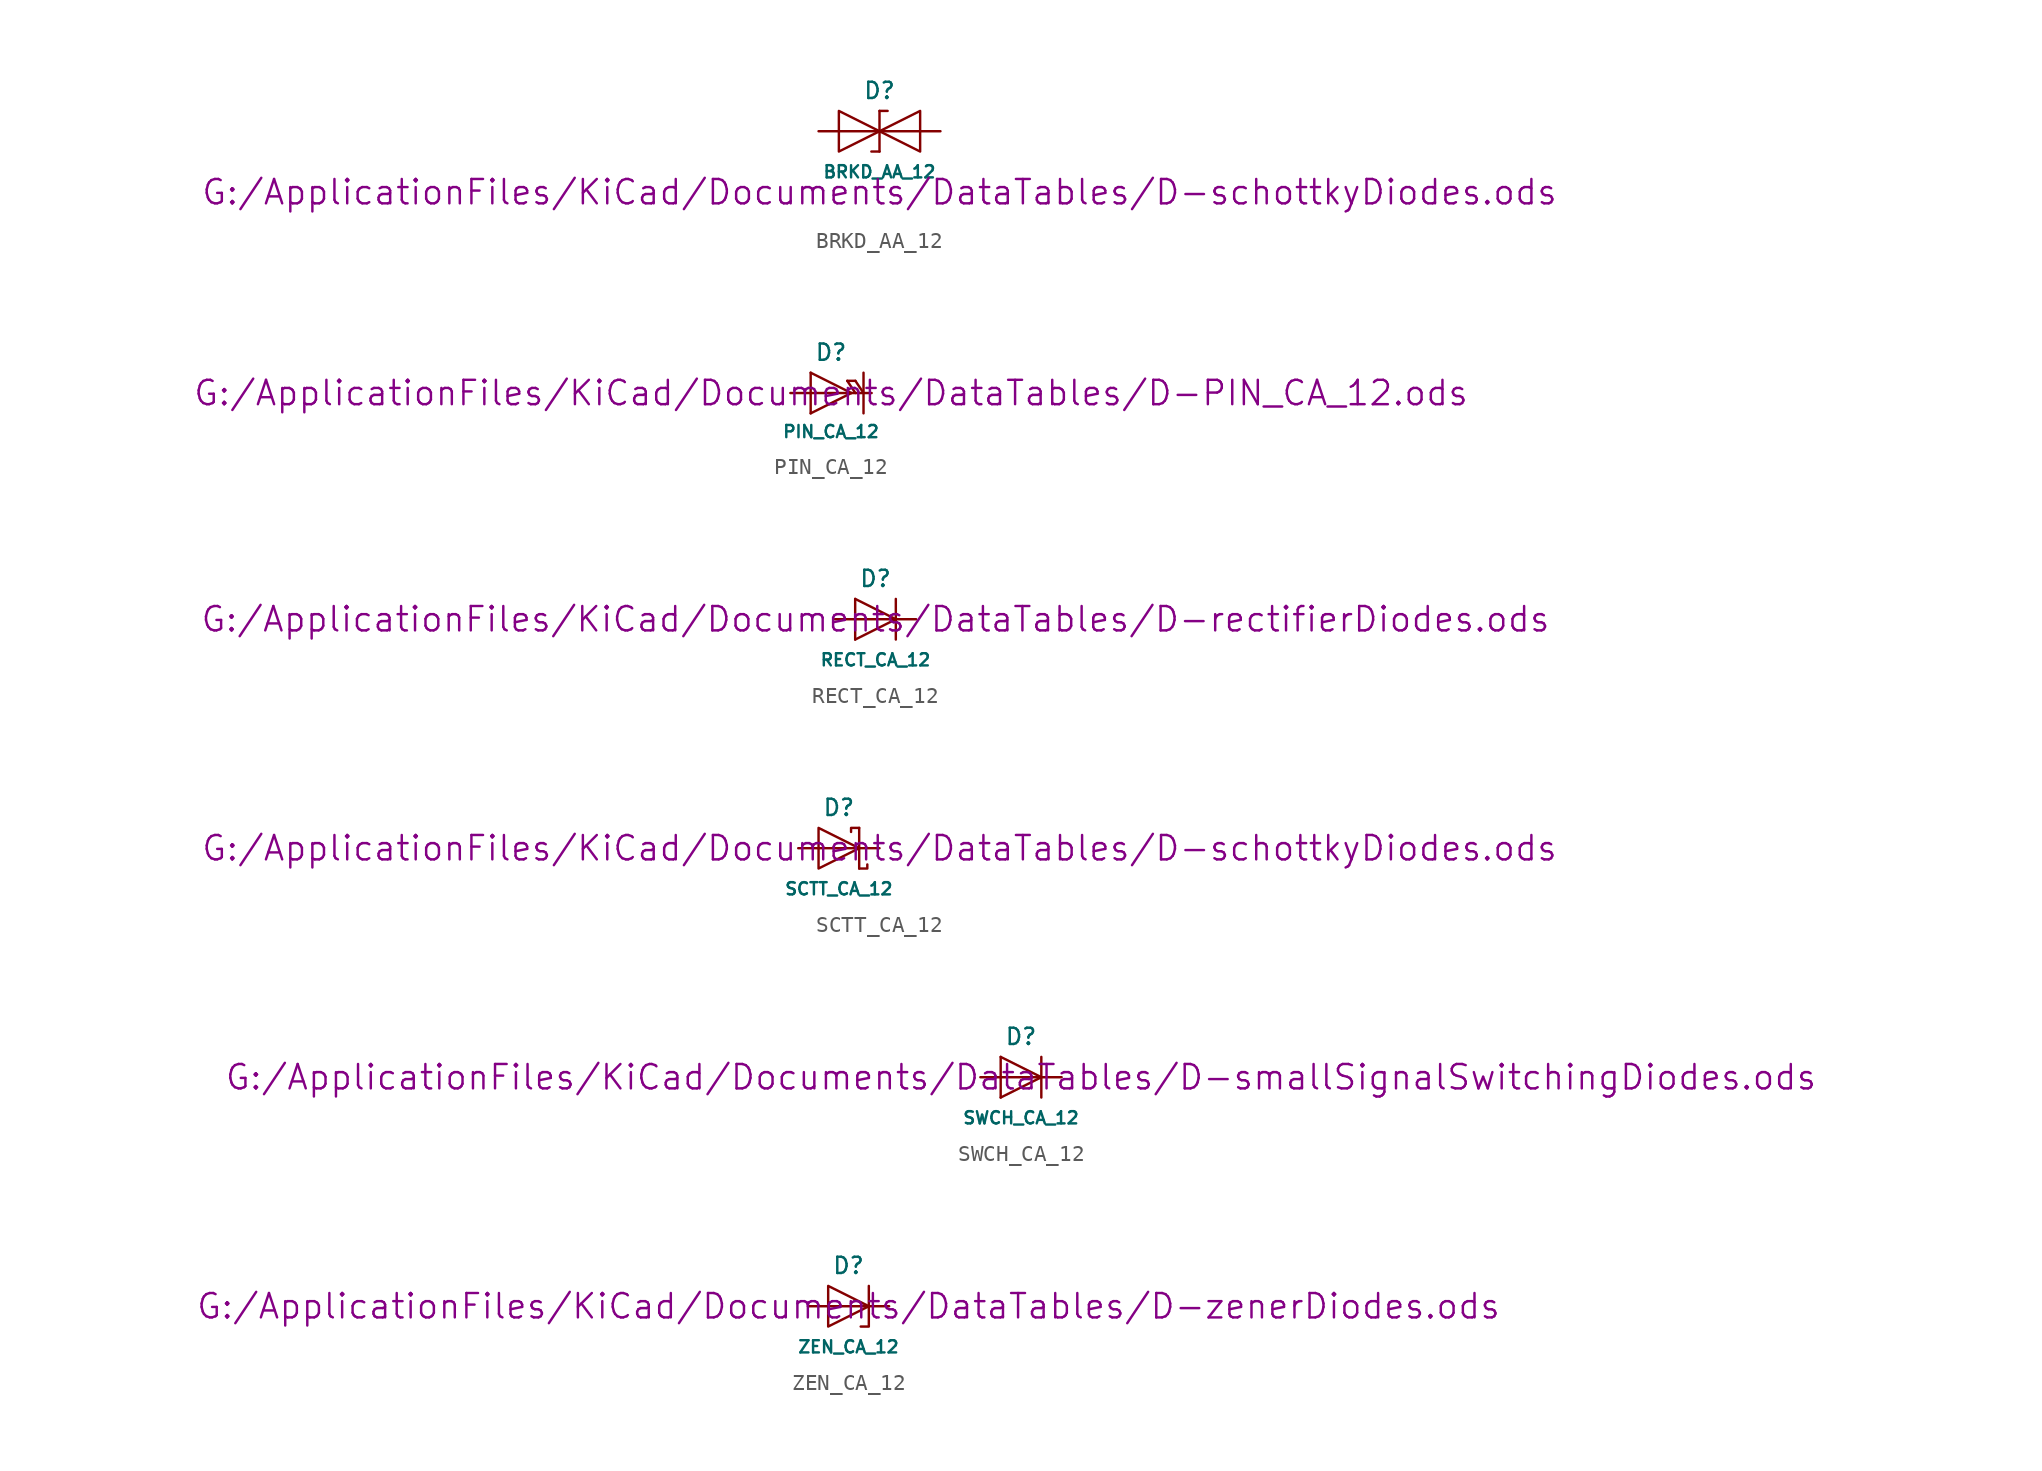
<source format=kicad_sym>
(kicad_symbol_lib
  (version 20211014)
  (generator kicad_symbol_editor)
  (symbol "BRKD_AA_12"
    (pin_numbers hide)
    (pin_names
      (offset 0))
    (property "Reference" "D"
      (at 0 2.54 0)
      (effects (font (size 1.016 1.016))))
    (property "Value" "BRKD_AA_12"
      (at 0 -2.54 0)
      (effects (font (size 0.762 0.762))))
    (property "Footprint" ""
      (at 0 -3.81 0)
      (effects (font (size 1.524 1.524))))
    (property "Datasheet" "G:/ApplicationFiles/KiCad/Documents/DataTables/D-schottkyDiodes.ods"
      (at 0 -3.81 0)
      (effects (font (size 1.524 1.524))))
    (symbol "BRKD_AA_12_0_1"
      (polyline (pts (xy -2.54 0) (xy 0 0)) (stroke (width 0) (type default) (color 0 0 0 0)) (fill (type none)))
      (polyline (pts (xy 0 -1.27) (xy -0.508 -1.27)) (stroke (width 0) (type default) (color 0 0 0 0)) (fill (type none)))
      (polyline (pts (xy 0 0) (xy 2.54 0)) (stroke (width 0) (type default) (color 0 0 0 0)) (fill (type none)))
      (polyline (pts (xy 0 1.27) (xy 0.508 1.27)) (stroke (width 0) (type default) (color 0 0 0 0)) (fill (type none)))
      (polyline (pts (xy 0 -1.27) (xy 0 1.27) (xy 0 1.27)) (stroke (width 0.152) (type default) (color 0 0 0 0)) (fill (type none)))
      (polyline (pts (xy -2.54 1.27) (xy 0 0) (xy -2.54 -1.27) (xy -2.54 1.27) (xy -2.54 1.27) (xy -2.54 1.27)) (stroke (width 0.152) (type default) (color 0 0 0 0)) (fill (type none)))
      (polyline (pts (xy 2.54 1.27) (xy 0 0) (xy 2.54 -1.27) (xy 2.54 1.27) (xy 2.54 1.27) (xy 2.54 1.27)) (stroke (width 0.152) (type default) (color 0 0 0 0)) (fill (type none)))
      (pin passive line (at -3.81 0 0) (length 1.27) (name "~" (effects (font (size 0.635 0.635)))) (number "1" (effects (font (size 0.635 0.635)))))
      (pin passive line (at 3.81 0 180) (length 1.27) (name "~" (effects (font (size 0.635 0.635)))) (number "2" (effects (font (size 0.635 0.635)))))))
  (symbol "PIN_CA_12"
    (pin_numbers hide)
    (pin_names
      (offset 0) hide)
    (property "Reference" "D"
      (at 0 2.54 0)
      (effects (font (size 1.016 1.016))))
    (property "Value" "PIN_CA_12"
      (at 0 -2.413 0)
      (effects (font (size 0.762 0.762))))
    (property "Footprint" ""
      (at 0 0 0)
      (effects (font (size 1.524 1.524))))
    (property "Datasheet" "G:/ApplicationFiles/KiCad/Documents/DataTables/D-PIN_CA_12.ods"
      (at 0 0 0)
      (effects (font (size 1.524 1.524))))
    (symbol "PIN_CA_12_0_1"
      (polyline (pts (xy -1.27 0) (xy 1.27 0)) (stroke (width 0) (type default) (color 0 0 0 0)) (fill (type none)))
      (polyline (pts (xy -1.27 1.27) (xy -1.27 -1.27)) (stroke (width 0) (type default) (color 0 0 0 0)) (fill (type none)))
      (polyline (pts (xy 1.016 0.762) (xy 1.524 0)) (stroke (width 0) (type default) (color 0 0 0 0)) (fill (type none)))
      (polyline (pts (xy 1.016 0.762) (xy 1.524 0.762)) (stroke (width 0) (type default) (color 0 0 0 0)) (fill (type none)))
      (polyline (pts (xy 1.524 0.762) (xy 2.032 0)) (stroke (width 0) (type default) (color 0 0 0 0)) (fill (type none)))
      (polyline (pts (xy 2.032 1.27) (xy 2.032 -1.27)) (stroke (width 0.152) (type default) (color 0 0 0 0)) (fill (type none)))
      (polyline (pts (xy -1.27 1.27) (xy 1.27 0) (xy -1.27 -1.27)) (stroke (width 0) (type default) (color 0 0 0 0)) (fill (type none))))
    (symbol "PIN_CA_12_1_1"
      (pin passive line (at 2.54 0 180) (length 1.27) (name "K" (effects (font (size 0.635 0.635)))) (number "1" (effects (font (size 0.635 0.635)))))
      (pin passive line (at -2.54 0 0) (length 1.27) (name "A" (effects (font (size 0.635 0.635)))) (number "2" (effects (font (size 0.635 0.635)))))))
  (symbol "RECT_CA_12"
    (pin_numbers hide)
    (pin_names
      (offset 0) hide)
    (property "Reference" "D"
      (at 0 2.54 0)
      (effects (font (size 1.016 1.016))))
    (property "Value" "RECT_CA_12"
      (at 0 -2.54 0)
      (effects (font (size 0.762 0.762))))
    (property "Footprint" ""
      (at 0 0 0)
      (effects (font (size 1.524 1.524))))
    (property "Datasheet" "G:/ApplicationFiles/KiCad/Documents/DataTables/D-rectifierDiodes.ods"
      (at 0 0 0)
      (effects (font (size 1.524 1.524))))
    (symbol "RECT_CA_12_0_1"
      (polyline (pts (xy -1.27 0) (xy 1.27 0)) (stroke (width 0) (type default) (color 0 0 0 0)) (fill (type none)))
      (polyline (pts (xy -1.27 1.27) (xy -1.27 -1.27)) (stroke (width 0) (type default) (color 0 0 0 0)) (fill (type none)))
      (polyline (pts (xy 1.27 1.27) (xy 1.27 -1.27)) (stroke (width 0.152) (type default) (color 0 0 0 0)) (fill (type none)))
      (polyline (pts (xy -1.27 1.27) (xy 1.27 0) (xy -1.27 -1.27)) (stroke (width 0) (type default) (color 0 0 0 0)) (fill (type none))))
    (symbol "RECT_CA_12_1_1"
      (pin passive line (at 2.54 0 180) (length 1.27) (name "K" (effects (font (size 0.635 0.635)))) (number "1" (effects (font (size 0.635 0.635)))))
      (pin passive line (at -2.54 0 0) (length 1.27) (name "A" (effects (font (size 0.635 0.635)))) (number "2" (effects (font (size 0.635 0.635)))))))
  (symbol "SCTT_CA_12"
    (pin_numbers hide)
    (pin_names
      (offset 0))
    (property "Reference" "D"
      (at 0 2.54 0)
      (effects (font (size 1.016 1.016))))
    (property "Value" "SCTT_CA_12"
      (at 0 -2.54 0)
      (effects (font (size 0.762 0.762))))
    (property "Footprint" ""
      (at 2.54 0 0)
      (effects (font (size 1.524 1.524))))
    (property "Datasheet" "G:/ApplicationFiles/KiCad/Documents/DataTables/D-schottkyDiodes.ods"
      (at 2.54 0 0)
      (effects (font (size 1.524 1.524))))
    (symbol "SCTT_CA_12_0_1"
      (polyline (pts (xy -1.27 0) (xy 1.27 0)) (stroke (width 0) (type default) (color 0 0 0 0)) (fill (type none)))
      (polyline (pts (xy 1.27 -1.27) (xy 1.27 1.27) (xy 1.27 1.27)) (stroke (width 0.152) (type default) (color 0 0 0 0)) (fill (type none)))
      (polyline (pts (xy 1.27 -1.27) (xy 1.778 -1.27) (xy 1.778 -1.016) (xy 1.778 -1.016)) (stroke (width 0.152) (type default) (color 0 0 0 0)) (fill (type none)))
      (polyline (pts (xy 0.762 1.016) (xy 0.762 1.27) (xy 1.27 1.27) (xy 1.27 1.27) (xy 1.27 1.27)) (stroke (width 0.152) (type default) (color 0 0 0 0)) (fill (type none)))
      (polyline (pts (xy -1.27 1.27) (xy 1.27 0) (xy -1.27 -1.27) (xy -1.27 1.27) (xy -1.27 1.27) (xy -1.27 1.27)) (stroke (width 0.152) (type default) (color 0 0 0 0)) (fill (type none)))
      (pin passive line (at 2.54 0 180) (length 1.27) (name "~" (effects (font (size 0.635 0.635)))) (number "1" (effects (font (size 0.635 0.635)))))
      (pin passive line (at -2.54 0 0) (length 1.27) (name "~" (effects (font (size 0.635 0.635)))) (number "2" (effects (font (size 0.635 0.635)))))))
  (symbol "SWCH_CA_12"
    (pin_numbers hide)
    (pin_names
      (offset 0) hide)
    (property "Reference" "D"
      (at 0 2.54 0)
      (effects (font (size 1.016 1.016))))
    (property "Value" "SWCH_CA_12"
      (at 0 -2.54 0)
      (effects (font (size 0.762 0.762))))
    (property "Footprint" ""
      (at 0 0 0)
      (effects (font (size 1.524 1.524))))
    (property "Datasheet" "G:/ApplicationFiles/KiCad/Documents/DataTables/D-smallSignalSwitchingDiodes.ods"
      (at 0 0 0)
      (effects (font (size 1.524 1.524))))
    (symbol "SWCH_CA_12_0_1"
      (polyline (pts (xy -1.27 0) (xy 1.27 0)) (stroke (width 0) (type default) (color 0 0 0 0)) (fill (type none)))
      (polyline (pts (xy -1.27 1.27) (xy -1.27 -1.27)) (stroke (width 0) (type default) (color 0 0 0 0)) (fill (type none)))
      (polyline (pts (xy 1.27 1.27) (xy 1.27 -1.27)) (stroke (width 0.152) (type default) (color 0 0 0 0)) (fill (type none)))
      (polyline (pts (xy -1.27 1.27) (xy 1.27 0) (xy -1.27 -1.27)) (stroke (width 0) (type default) (color 0 0 0 0)) (fill (type none))))
    (symbol "SWCH_CA_12_1_1"
      (pin passive line (at 2.54 0 180) (length 1.27) (name "K" (effects (font (size 0.635 0.635)))) (number "1" (effects (font (size 0.635 0.635)))))
      (pin passive line (at -2.54 0 0) (length 1.27) (name "A" (effects (font (size 0.635 0.635)))) (number "2" (effects (font (size 0.635 0.635)))))))
  (symbol "ZEN_CA_12"
    (pin_numbers hide)
    (pin_names
      (offset 0) hide)
    (property "Reference" "D"
      (at 0 2.54 0)
      (effects (font (size 1.016 1.016))))
    (property "Value" "ZEN_CA_12"
      (at 0 -2.54 0)
      (effects (font (size 0.762 0.762))))
    (property "Footprint" ""
      (at 0 0 0)
      (effects (font (size 1.524 1.524))))
    (property "Datasheet" "G:/ApplicationFiles/KiCad/Documents/DataTables/D-zenerDiodes.ods"
      (at 0 0 0)
      (effects (font (size 1.524 1.524))))
    (symbol "ZEN_CA_12_0_1"
      (polyline (pts (xy -1.27 0) (xy 1.27 0)) (stroke (width 0) (type default) (color 0 0 0 0)) (fill (type none)))
      (polyline (pts (xy 1.27 1.27) (xy 1.27 -1.27) (xy 0.762 -1.27)) (stroke (width 0) (type default) (color 0 0 0 0)) (fill (type none)))
      (polyline (pts (xy 1.27 0) (xy -1.27 1.27) (xy -1.27 -1.27) (xy 1.27 0) (xy 1.27 0)) (stroke (width 0) (type default) (color 0 0 0 0)) (fill (type none))))
    (symbol "ZEN_CA_12_1_1"
      (pin passive line (at 2.54 0 180) (length 1.27) (name "K" (effects (font (size 0.635 0.635)))) (number "1" (effects (font (size 0.635 0.635)))))
      (pin passive line (at -2.54 0 0) (length 1.27) (name "A" (effects (font (size 0.635 0.635)))) (number "2" (effects (font (size 0.635 0.635))))))))
</source>
